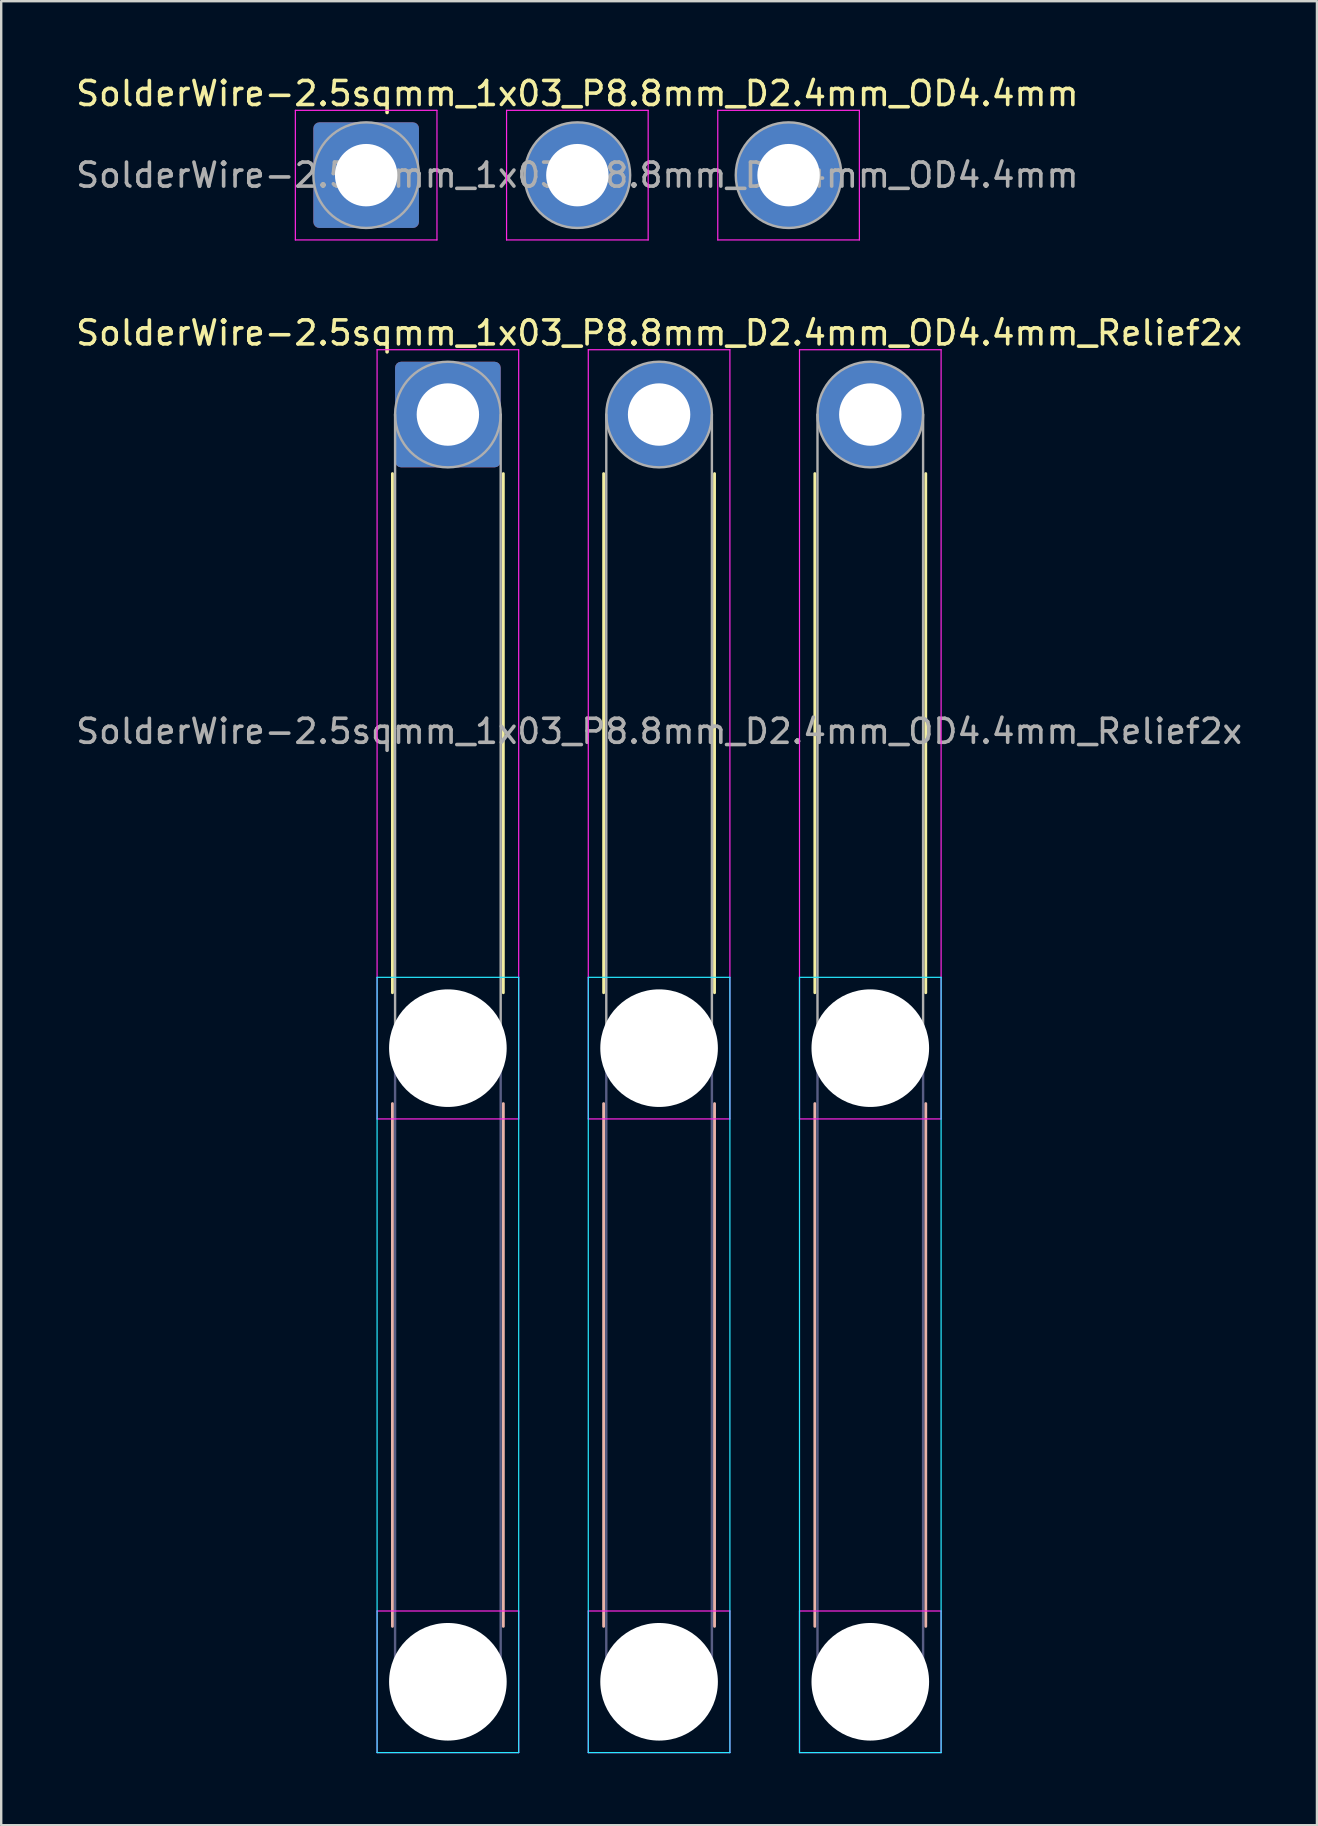
<source format=kicad_pcb>
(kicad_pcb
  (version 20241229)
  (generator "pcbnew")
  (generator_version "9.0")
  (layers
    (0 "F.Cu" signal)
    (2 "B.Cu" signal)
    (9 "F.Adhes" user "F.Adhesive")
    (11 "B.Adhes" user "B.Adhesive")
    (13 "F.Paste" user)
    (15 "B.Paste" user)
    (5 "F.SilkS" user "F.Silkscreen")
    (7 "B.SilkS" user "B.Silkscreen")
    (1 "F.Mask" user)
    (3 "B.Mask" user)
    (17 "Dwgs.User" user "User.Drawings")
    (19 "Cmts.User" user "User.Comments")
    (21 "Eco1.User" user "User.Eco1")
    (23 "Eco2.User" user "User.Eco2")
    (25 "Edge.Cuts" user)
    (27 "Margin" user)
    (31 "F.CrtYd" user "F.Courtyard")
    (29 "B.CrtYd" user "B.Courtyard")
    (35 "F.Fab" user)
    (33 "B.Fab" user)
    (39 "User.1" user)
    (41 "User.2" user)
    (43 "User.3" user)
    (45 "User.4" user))
  (footprint "SolderWire-2.5sqmm_1x03_P8.8mm_D2.4mm_OD4.4mm"
    (layer "F.Cu")
    (at 12.206 4.248)
    (property "Reference" "SolderWire-2.5sqmm_1x03_P8.8mm_D2.4mm_OD4.4mm" (at 8.8 -3.4 0) (layer "F.SilkS") (effects (font (size 1 1) (thickness 0.15))))
    (attr exclude_from_pos_files exclude_from_bom)
    (fp_line (start -2.95 -2.7) (end -2.95 2.7) (stroke (width 0.05) (type solid)) (layer "F.CrtYd"))
    (fp_line (start -2.95 2.7) (end 2.95 2.7) (stroke (width 0.05) (type solid)) (layer "F.CrtYd"))
    (fp_line (start 2.95 -2.7) (end -2.95 -2.7) (stroke (width 0.05) (type solid)) (layer "F.CrtYd"))
    (fp_line (start 2.95 2.7) (end 2.95 -2.7) (stroke (width 0.05) (type solid)) (layer "F.CrtYd"))
    (fp_line (start 5.85 -2.7) (end 5.85 2.7) (stroke (width 0.05) (type solid)) (layer "F.CrtYd"))
    (fp_line (start 5.85 2.7) (end 11.75 2.7) (stroke (width 0.05) (type solid)) (layer "F.CrtYd"))
    (fp_line (start 11.75 -2.7) (end 5.85 -2.7) (stroke (width 0.05) (type solid)) (layer "F.CrtYd"))
    (fp_line (start 11.75 2.7) (end 11.75 -2.7) (stroke (width 0.05) (type solid)) (layer "F.CrtYd"))
    (fp_line (start 14.65 -2.7) (end 14.65 2.7) (stroke (width 0.05) (type solid)) (layer "F.CrtYd"))
    (fp_line (start 14.65 2.7) (end 20.55 2.7) (stroke (width 0.05) (type solid)) (layer "F.CrtYd"))
    (fp_line (start 20.55 -2.7) (end 14.65 -2.7) (stroke (width 0.05) (type solid)) (layer "F.CrtYd"))
    (fp_line (start 20.55 2.7) (end 20.55 -2.7) (stroke (width 0.05) (type solid)) (layer "F.CrtYd"))
    (fp_circle (center 0 0) (end 2.2 0) (stroke (width 0.1) (type solid)) (fill no) (layer "F.Fab"))
    (fp_circle (center 8.8 0) (end 11 0) (stroke (width 0.1) (type solid)) (fill no) (layer "F.Fab"))
    (fp_circle (center 17.6 0) (end 19.8 0) (stroke (width 0.1) (type solid)) (fill no) (layer "F.Fab"))
    (fp_text user "${REFERENCE}" (at 8.8 0 0) (layer "F.Fab") (effects (font (size 1 1) (thickness 0.15))))
    (pad "1" thru_hole roundrect (at 0 0) (size 4.4 4.4) (drill 2.6) (layers "*.Cu" "*.Mask") (roundrect_rratio 0.057))
    (pad "2" thru_hole circle (at 8.8 0) (size 4.4 4.4) (drill 2.6) (layers "*.Cu" "*.Mask"))
    (pad "3" thru_hole circle (at 17.6 0) (size 4.4 4.4) (drill 2.6) (layers "*.Cu" "*.Mask")))
  (footprint "SolderWire-2.5sqmm_1x03_P8.8mm_D2.4mm_OD4.4mm_Relief2x"
    (layer "F.Cu")
    (at 15.611 14.222)
    (property "Reference" "SolderWire-2.5sqmm_1x03_P8.8mm_D2.4mm_OD4.4mm_Relief2x" (at 8.8 -3.4 0) (layer "F.SilkS") (effects (font (size 1 1) (thickness 0.15))))
    (attr exclude_from_pos_files exclude_from_bom)
    (fp_line (start -2.31 2.46) (end -2.31 24.09) (stroke (width 0.12) (type solid)) (layer "F.SilkS"))
    (fp_line (start 2.31 2.46) (end 2.31 24.09) (stroke (width 0.12) (type solid)) (layer "F.SilkS"))
    (fp_line (start 6.49 2.46) (end 6.49 24.09) (stroke (width 0.12) (type solid)) (layer "F.SilkS"))
    (fp_line (start 11.11 2.46) (end 11.11 24.09) (stroke (width 0.12) (type solid)) (layer "F.SilkS"))
    (fp_line (start 15.29 2.46) (end 15.29 24.09) (stroke (width 0.12) (type solid)) (layer "F.SilkS"))
    (fp_line (start 19.91 2.46) (end 19.91 24.09) (stroke (width 0.12) (type solid)) (layer "F.SilkS"))
    (fp_line (start -2.31 28.71) (end -2.31 50.49) (stroke (width 0.12) (type solid)) (layer "B.SilkS"))
    (fp_line (start 2.31 28.71) (end 2.31 50.49) (stroke (width 0.12) (type solid)) (layer "B.SilkS"))
    (fp_line (start 6.49 28.71) (end 6.49 50.49) (stroke (width 0.12) (type solid)) (layer "B.SilkS"))
    (fp_line (start 11.11 28.71) (end 11.11 50.49) (stroke (width 0.12) (type solid)) (layer "B.SilkS"))
    (fp_line (start 15.29 28.71) (end 15.29 50.49) (stroke (width 0.12) (type solid)) (layer "B.SilkS"))
    (fp_line (start 19.91 28.71) (end 19.91 50.49) (stroke (width 0.12) (type solid)) (layer "B.SilkS"))
    (fp_line (start -2.95 23.45) (end -2.95 55.75) (stroke (width 0.05) (type solid)) (layer "B.CrtYd"))
    (fp_line (start -2.95 55.75) (end 2.95 55.75) (stroke (width 0.05) (type solid)) (layer "B.CrtYd"))
    (fp_line (start 2.95 23.45) (end -2.95 23.45) (stroke (width 0.05) (type solid)) (layer "B.CrtYd"))
    (fp_line (start 2.95 55.75) (end 2.95 23.45) (stroke (width 0.05) (type solid)) (layer "B.CrtYd"))
    (fp_line (start 5.85 23.45) (end 5.85 55.75) (stroke (width 0.05) (type solid)) (layer "B.CrtYd"))
    (fp_line (start 5.85 55.75) (end 11.75 55.75) (stroke (width 0.05) (type solid)) (layer "B.CrtYd"))
    (fp_line (start 11.75 23.45) (end 5.85 23.45) (stroke (width 0.05) (type solid)) (layer "B.CrtYd"))
    (fp_line (start 11.75 55.75) (end 11.75 23.45) (stroke (width 0.05) (type solid)) (layer "B.CrtYd"))
    (fp_line (start 14.65 23.45) (end 14.65 55.75) (stroke (width 0.05) (type solid)) (layer "B.CrtYd"))
    (fp_line (start 14.65 55.75) (end 20.55 55.75) (stroke (width 0.05) (type solid)) (layer "B.CrtYd"))
    (fp_line (start 20.55 23.45) (end 14.65 23.45) (stroke (width 0.05) (type solid)) (layer "B.CrtYd"))
    (fp_line (start 20.55 55.75) (end 20.55 23.45) (stroke (width 0.05) (type solid)) (layer "B.CrtYd"))
    (fp_line (start -2.95 -2.7) (end -2.95 29.35) (stroke (width 0.05) (type solid)) (layer "F.CrtYd"))
    (fp_line (start -2.95 29.35) (end 2.95 29.35) (stroke (width 0.05) (type solid)) (layer "F.CrtYd"))
    (fp_line (start -2.95 49.85) (end -2.95 55.75) (stroke (width 0.05) (type solid)) (layer "F.CrtYd"))
    (fp_line (start -2.95 55.75) (end 2.95 55.75) (stroke (width 0.05) (type solid)) (layer "F.CrtYd"))
    (fp_line (start 2.95 -2.7) (end -2.95 -2.7) (stroke (width 0.05) (type solid)) (layer "F.CrtYd"))
    (fp_line (start 2.95 29.35) (end 2.95 -2.7) (stroke (width 0.05) (type solid)) (layer "F.CrtYd"))
    (fp_line (start 2.95 49.85) (end -2.95 49.85) (stroke (width 0.05) (type solid)) (layer "F.CrtYd"))
    (fp_line (start 2.95 55.75) (end 2.95 49.85) (stroke (width 0.05) (type solid)) (layer "F.CrtYd"))
    (fp_line (start 5.85 -2.7) (end 5.85 29.35) (stroke (width 0.05) (type solid)) (layer "F.CrtYd"))
    (fp_line (start 5.85 29.35) (end 11.75 29.35) (stroke (width 0.05) (type solid)) (layer "F.CrtYd"))
    (fp_line (start 5.85 49.85) (end 5.85 55.75) (stroke (width 0.05) (type solid)) (layer "F.CrtYd"))
    (fp_line (start 5.85 55.75) (end 11.75 55.75) (stroke (width 0.05) (type solid)) (layer "F.CrtYd"))
    (fp_line (start 11.75 -2.7) (end 5.85 -2.7) (stroke (width 0.05) (type solid)) (layer "F.CrtYd"))
    (fp_line (start 11.75 29.35) (end 11.75 -2.7) (stroke (width 0.05) (type solid)) (layer "F.CrtYd"))
    (fp_line (start 11.75 49.85) (end 5.85 49.85) (stroke (width 0.05) (type solid)) (layer "F.CrtYd"))
    (fp_line (start 11.75 55.75) (end 11.75 49.85) (stroke (width 0.05) (type solid)) (layer "F.CrtYd"))
    (fp_line (start 14.65 -2.7) (end 14.65 29.35) (stroke (width 0.05) (type solid)) (layer "F.CrtYd"))
    (fp_line (start 14.65 29.35) (end 20.55 29.35) (stroke (width 0.05) (type solid)) (layer "F.CrtYd"))
    (fp_line (start 14.65 49.85) (end 14.65 55.75) (stroke (width 0.05) (type solid)) (layer "F.CrtYd"))
    (fp_line (start 14.65 55.75) (end 20.55 55.75) (stroke (width 0.05) (type solid)) (layer "F.CrtYd"))
    (fp_line (start 20.55 -2.7) (end 14.65 -2.7) (stroke (width 0.05) (type solid)) (layer "F.CrtYd"))
    (fp_line (start 20.55 29.35) (end 20.55 -2.7) (stroke (width 0.05) (type solid)) (layer "F.CrtYd"))
    (fp_line (start 20.55 49.85) (end 14.65 49.85) (stroke (width 0.05) (type solid)) (layer "F.CrtYd"))
    (fp_line (start 20.55 55.75) (end 20.55 49.85) (stroke (width 0.05) (type solid)) (layer "F.CrtYd"))
    (fp_line (start -2.2 26.4) (end -2.2 52.8) (stroke (width 0.1) (type solid)) (layer "B.Fab"))
    (fp_line (start 2.2 26.4) (end 2.2 52.8) (stroke (width 0.1) (type solid)) (layer "B.Fab"))
    (fp_line (start 6.6 26.4) (end 6.6 52.8) (stroke (width 0.1) (type solid)) (layer "B.Fab"))
    (fp_line (start 11 26.4) (end 11 52.8) (stroke (width 0.1) (type solid)) (layer "B.Fab"))
    (fp_line (start 15.4 26.4) (end 15.4 52.8) (stroke (width 0.1) (type solid)) (layer "B.Fab"))
    (fp_line (start 19.8 26.4) (end 19.8 52.8) (stroke (width 0.1) (type solid)) (layer "B.Fab"))
    (fp_circle (center 0 26.4) (end 2.2 26.4) (stroke (width 0.1) (type solid)) (fill no) (layer "B.Fab"))
    (fp_circle (center 0 52.8) (end 2.2 52.8) (stroke (width 0.1) (type solid)) (fill no) (layer "B.Fab"))
    (fp_circle (center 8.8 26.4) (end 11 26.4) (stroke (width 0.1) (type solid)) (fill no) (layer "B.Fab"))
    (fp_circle (center 8.8 52.8) (end 11 52.8) (stroke (width 0.1) (type solid)) (fill no) (layer "B.Fab"))
    (fp_circle (center 17.6 26.4) (end 19.8 26.4) (stroke (width 0.1) (type solid)) (fill no) (layer "B.Fab"))
    (fp_circle (center 17.6 52.8) (end 19.8 52.8) (stroke (width 0.1) (type solid)) (fill no) (layer "B.Fab"))
    (fp_line (start -2.2 0) (end -2.2 26.4) (stroke (width 0.1) (type solid)) (layer "F.Fab"))
    (fp_line (start 2.2 0) (end 2.2 26.4) (stroke (width 0.1) (type solid)) (layer "F.Fab"))
    (fp_line (start 6.6 0) (end 6.6 26.4) (stroke (width 0.1) (type solid)) (layer "F.Fab"))
    (fp_line (start 11 0) (end 11 26.4) (stroke (width 0.1) (type solid)) (layer "F.Fab"))
    (fp_line (start 15.4 0) (end 15.4 26.4) (stroke (width 0.1) (type solid)) (layer "F.Fab"))
    (fp_line (start 19.8 0) (end 19.8 26.4) (stroke (width 0.1) (type solid)) (layer "F.Fab"))
    (fp_circle (center 0 0) (end 2.2 0) (stroke (width 0.1) (type solid)) (fill no) (layer "F.Fab"))
    (fp_circle (center 0 26.4) (end 2.2 26.4) (stroke (width 0.1) (type solid)) (fill no) (layer "F.Fab"))
    (fp_circle (center 0 52.8) (end 2.2 52.8) (stroke (width 0.1) (type solid)) (fill no) (layer "F.Fab"))
    (fp_circle (center 8.8 0) (end 11 0) (stroke (width 0.1) (type solid)) (fill no) (layer "F.Fab"))
    (fp_circle (center 8.8 26.4) (end 11 26.4) (stroke (width 0.1) (type solid)) (fill no) (layer "F.Fab"))
    (fp_circle (center 8.8 52.8) (end 11 52.8) (stroke (width 0.1) (type solid)) (fill no) (layer "F.Fab"))
    (fp_circle (center 17.6 0) (end 19.8 0) (stroke (width 0.1) (type solid)) (fill no) (layer "F.Fab"))
    (fp_circle (center 17.6 26.4) (end 19.8 26.4) (stroke (width 0.1) (type solid)) (fill no) (layer "F.Fab"))
    (fp_circle (center 17.6 52.8) (end 19.8 52.8) (stroke (width 0.1) (type solid)) (fill no) (layer "F.Fab"))
    (fp_text user "${REFERENCE}" (at 8.8 13.2 0) (layer "F.Fab") (effects (font (size 1 1) (thickness 0.15))))
    (pad "" np_thru_hole circle (at 0 26.4) (size 4.9 4.9) (drill 4.9) (layers "*.Cu" "*.Mask"))
    (pad "" np_thru_hole circle (at 0 52.8) (size 4.9 4.9) (drill 4.9) (layers "*.Cu" "*.Mask"))
    (pad "" np_thru_hole circle (at 8.8 26.4) (size 4.9 4.9) (drill 4.9) (layers "*.Cu" "*.Mask"))
    (pad "" np_thru_hole circle (at 8.8 52.8) (size 4.9 4.9) (drill 4.9) (layers "*.Cu" "*.Mask"))
    (pad "" np_thru_hole circle (at 17.6 26.4) (size 4.9 4.9) (drill 4.9) (layers "*.Cu" "*.Mask"))
    (pad "" np_thru_hole circle (at 17.6 52.8) (size 4.9 4.9) (drill 4.9) (layers "*.Cu" "*.Mask"))
    (pad "1" thru_hole roundrect (at 0 0) (size 4.4 4.4) (drill 2.6) (layers "*.Cu" "*.Mask") (roundrect_rratio 0.057))
    (pad "2" thru_hole circle (at 8.8 0) (size 4.4 4.4) (drill 2.6) (layers "*.Cu" "*.Mask"))
    (pad "3" thru_hole circle (at 17.6 0) (size 4.4 4.4) (drill 2.6) (layers "*.Cu" "*.Mask")))
  (gr_rect
    (start -3 -3)
    (end 51.821 72.996)
    (stroke (width 0.1) (type default))
    (fill no)
    (layer "Edge.Cuts")))
</source>
